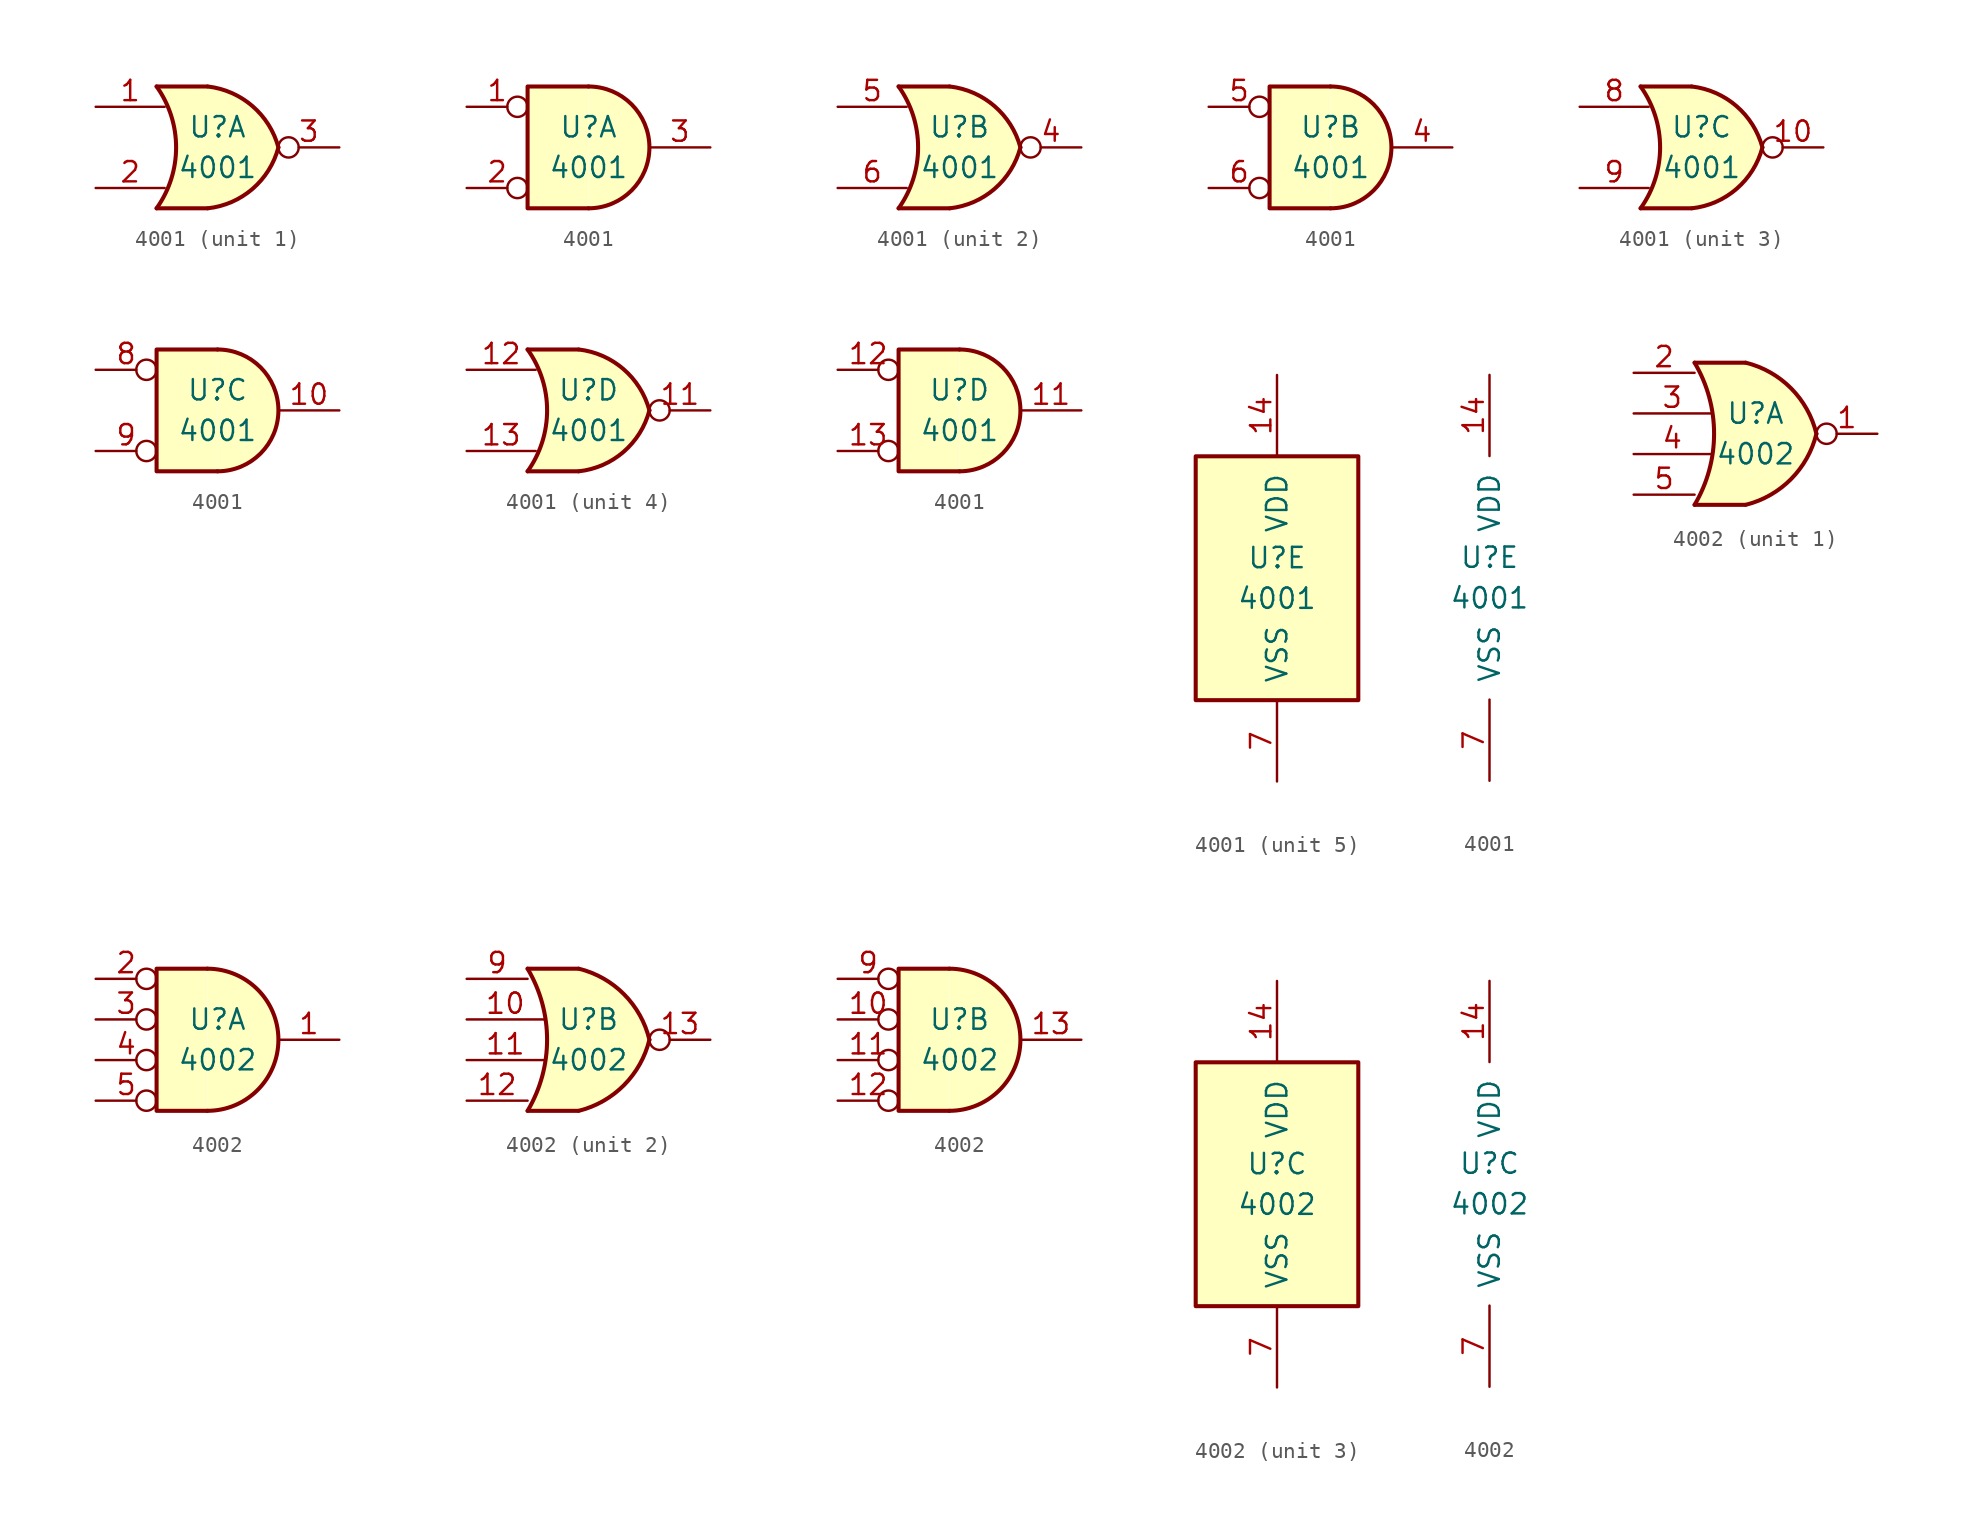
<source format=kicad_sym>
(kicad_symbol_lib
  (version 20201005)
  (generator kicad_symbol_editor)
  (symbol "4001"
    (pin_names
      (offset 1.016))
    (property "Reference" "U"
      (at 0 1.27 0)
      (effects (font (size 1.27 1.27))))
    (property "Value" "4001"
      (at 0 -1.27 0)
      (effects (font (size 1.27 1.27))))
    (property "ki_locked" ""
      (at 0 0 0)
      (effects (font (size 1.27 1.27))))
    (symbol "4001_1_1"
      (arc (start -3.81 3.81) (end -3.81 -3.81) (radius (at -9.144 0) (length 6.5532) (angles 35.4 -35.4)) (stroke (width 0.254)) (fill (type none)))
      (arc (start 3.81 0) (end -0.6096 3.81) (radius (at -1.1938 -1.3208) (length 5.1816) (angles 15 83.7)) (stroke (width 0.254)) (fill (type background)))
      (arc (start 3.81 0) (end -0.6096 -3.81) (radius (at -1.1938 1.3208) (length 5.1816) (angles -15 -83.7)) (stroke (width 0.254)) (fill (type background)))
      (polyline (pts (xy -3.81 -3.81) (xy -0.635 -3.81)) (stroke (width 0.254)) (fill (type background)))
      (polyline (pts (xy -3.81 3.81) (xy -0.635 3.81)) (stroke (width 0.254)) (fill (type background)))
      (polyline (pts (xy -0.635 3.81) (xy -3.81 3.81) (xy -3.81 3.81) (xy -3.556 3.404) (xy -3.023 2.261) (xy -2.692 1.041) (xy -2.616 -0.254) (xy -2.769 -1.499) (xy -3.175 -2.718) (xy -3.81 -3.81) (xy -3.81 -3.81) (xy -0.635 -3.81)) (stroke (width -25.4)) (fill (type background)))
      (pin input line (at -7.62 2.54 0) (length 4.318) (name "~" (effects (font (size 1.27 1.27)))) (number "1" (effects (font (size 1.27 1.27)))))
      (pin input line (at -7.62 -2.54 0) (length 4.318) (name "~" (effects (font (size 1.27 1.27)))) (number "2" (effects (font (size 1.27 1.27)))))
      (pin output inverted (at 7.62 0 180) (length 3.81) (name "~" (effects (font (size 1.27 1.27)))) (number "3" (effects (font (size 1.27 1.27))))))
    (symbol "4001_1_2"
      (arc (start 0 -3.81) (end 0 3.81) (radius (at 0 0) (length 3.81) (angles -89.9 89.9)) (stroke (width 0.254)) (fill (type background)))
      (polyline (pts (xy 0 3.81) (xy -3.81 3.81) (xy -3.81 -3.81) (xy 0 -3.81)) (stroke (width 0.254)) (fill (type background)))
      (pin input inverted (at -7.62 2.54 0) (length 3.81) (name "~" (effects (font (size 1.27 1.27)))) (number "1" (effects (font (size 1.27 1.27)))))
      (pin input inverted (at -7.62 -2.54 0) (length 3.81) (name "~" (effects (font (size 1.27 1.27)))) (number "2" (effects (font (size 1.27 1.27)))))
      (pin output line (at 7.62 0 180) (length 3.81) (name "~" (effects (font (size 1.27 1.27)))) (number "3" (effects (font (size 1.27 1.27))))))
    (symbol "4001_2_1"
      (arc (start -3.81 3.81) (end -3.81 -3.81) (radius (at -9.144 0) (length 6.5532) (angles 35.4 -35.4)) (stroke (width 0.254)) (fill (type none)))
      (arc (start 3.81 0) (end -0.6096 3.81) (radius (at -1.1938 -1.3208) (length 5.1816) (angles 15 83.7)) (stroke (width 0.254)) (fill (type background)))
      (arc (start 3.81 0) (end -0.6096 -3.81) (radius (at -1.1938 1.3208) (length 5.1816) (angles -15 -83.7)) (stroke (width 0.254)) (fill (type background)))
      (polyline (pts (xy -3.81 -3.81) (xy -0.635 -3.81)) (stroke (width 0.254)) (fill (type background)))
      (polyline (pts (xy -3.81 3.81) (xy -0.635 3.81)) (stroke (width 0.254)) (fill (type background)))
      (polyline (pts (xy -0.635 3.81) (xy -3.81 3.81) (xy -3.81 3.81) (xy -3.556 3.404) (xy -3.023 2.261) (xy -2.692 1.041) (xy -2.616 -0.254) (xy -2.769 -1.499) (xy -3.175 -2.718) (xy -3.81 -3.81) (xy -3.81 -3.81) (xy -0.635 -3.81)) (stroke (width -25.4)) (fill (type background)))
      (pin output inverted (at 7.62 0 180) (length 3.81) (name "~" (effects (font (size 1.27 1.27)))) (number "4" (effects (font (size 1.27 1.27)))))
      (pin input line (at -7.62 2.54 0) (length 4.318) (name "~" (effects (font (size 1.27 1.27)))) (number "5" (effects (font (size 1.27 1.27)))))
      (pin input line (at -7.62 -2.54 0) (length 4.318) (name "~" (effects (font (size 1.27 1.27)))) (number "6" (effects (font (size 1.27 1.27))))))
    (symbol "4001_2_2"
      (arc (start 0 -3.81) (end 0 3.81) (radius (at 0 0) (length 3.81) (angles -89.9 89.9)) (stroke (width 0.254)) (fill (type background)))
      (polyline (pts (xy 0 3.81) (xy -3.81 3.81) (xy -3.81 -3.81) (xy 0 -3.81)) (stroke (width 0.254)) (fill (type background)))
      (pin output line (at 7.62 0 180) (length 3.81) (name "~" (effects (font (size 1.27 1.27)))) (number "4" (effects (font (size 1.27 1.27)))))
      (pin input inverted (at -7.62 2.54 0) (length 3.81) (name "~" (effects (font (size 1.27 1.27)))) (number "5" (effects (font (size 1.27 1.27)))))
      (pin input inverted (at -7.62 -2.54 0) (length 3.81) (name "~" (effects (font (size 1.27 1.27)))) (number "6" (effects (font (size 1.27 1.27))))))
    (symbol "4001_3_1"
      (arc (start -3.81 3.81) (end -3.81 -3.81) (radius (at -9.144 0) (length 6.5532) (angles 35.4 -35.4)) (stroke (width 0.254)) (fill (type none)))
      (arc (start 3.81 0) (end -0.6096 3.81) (radius (at -1.1938 -1.3208) (length 5.1816) (angles 15 83.7)) (stroke (width 0.254)) (fill (type background)))
      (arc (start 3.81 0) (end -0.6096 -3.81) (radius (at -1.1938 1.3208) (length 5.1816) (angles -15 -83.7)) (stroke (width 0.254)) (fill (type background)))
      (polyline (pts (xy -3.81 -3.81) (xy -0.635 -3.81)) (stroke (width 0.254)) (fill (type background)))
      (polyline (pts (xy -3.81 3.81) (xy -0.635 3.81)) (stroke (width 0.254)) (fill (type background)))
      (polyline (pts (xy -0.635 3.81) (xy -3.81 3.81) (xy -3.81 3.81) (xy -3.556 3.404) (xy -3.023 2.261) (xy -2.692 1.041) (xy -2.616 -0.254) (xy -2.769 -1.499) (xy -3.175 -2.718) (xy -3.81 -3.81) (xy -3.81 -3.81) (xy -0.635 -3.81)) (stroke (width -25.4)) (fill (type background)))
      (pin output inverted (at 7.62 0 180) (length 3.81) (name "~" (effects (font (size 1.27 1.27)))) (number "10" (effects (font (size 1.27 1.27)))))
      (pin input line (at -7.62 2.54 0) (length 4.318) (name "~" (effects (font (size 1.27 1.27)))) (number "8" (effects (font (size 1.27 1.27)))))
      (pin input line (at -7.62 -2.54 0) (length 4.318) (name "~" (effects (font (size 1.27 1.27)))) (number "9" (effects (font (size 1.27 1.27))))))
    (symbol "4001_3_2"
      (arc (start 0 -3.81) (end 0 3.81) (radius (at 0 0) (length 3.81) (angles -89.9 89.9)) (stroke (width 0.254)) (fill (type background)))
      (polyline (pts (xy 0 3.81) (xy -3.81 3.81) (xy -3.81 -3.81) (xy 0 -3.81)) (stroke (width 0.254)) (fill (type background)))
      (pin output line (at 7.62 0 180) (length 3.81) (name "~" (effects (font (size 1.27 1.27)))) (number "10" (effects (font (size 1.27 1.27)))))
      (pin input inverted (at -7.62 2.54 0) (length 3.81) (name "~" (effects (font (size 1.27 1.27)))) (number "8" (effects (font (size 1.27 1.27)))))
      (pin input inverted (at -7.62 -2.54 0) (length 3.81) (name "~" (effects (font (size 1.27 1.27)))) (number "9" (effects (font (size 1.27 1.27))))))
    (symbol "4001_4_1"
      (arc (start -3.81 3.81) (end -3.81 -3.81) (radius (at -9.144 0) (length 6.5532) (angles 35.4 -35.4)) (stroke (width 0.254)) (fill (type none)))
      (arc (start 3.81 0) (end -0.6096 3.81) (radius (at -1.1938 -1.3208) (length 5.1816) (angles 15 83.7)) (stroke (width 0.254)) (fill (type background)))
      (arc (start 3.81 0) (end -0.6096 -3.81) (radius (at -1.1938 1.3208) (length 5.1816) (angles -15 -83.7)) (stroke (width 0.254)) (fill (type background)))
      (polyline (pts (xy -3.81 -3.81) (xy -0.635 -3.81)) (stroke (width 0.254)) (fill (type background)))
      (polyline (pts (xy -3.81 3.81) (xy -0.635 3.81)) (stroke (width 0.254)) (fill (type background)))
      (polyline (pts (xy -0.635 3.81) (xy -3.81 3.81) (xy -3.81 3.81) (xy -3.556 3.404) (xy -3.023 2.261) (xy -2.692 1.041) (xy -2.616 -0.254) (xy -2.769 -1.499) (xy -3.175 -2.718) (xy -3.81 -3.81) (xy -3.81 -3.81) (xy -0.635 -3.81)) (stroke (width -25.4)) (fill (type background)))
      (pin output inverted (at 7.62 0 180) (length 3.81) (name "~" (effects (font (size 1.27 1.27)))) (number "11" (effects (font (size 1.27 1.27)))))
      (pin input line (at -7.62 2.54 0) (length 4.318) (name "~" (effects (font (size 1.27 1.27)))) (number "12" (effects (font (size 1.27 1.27)))))
      (pin input line (at -7.62 -2.54 0) (length 4.318) (name "~" (effects (font (size 1.27 1.27)))) (number "13" (effects (font (size 1.27 1.27))))))
    (symbol "4001_4_2"
      (arc (start 0 -3.81) (end 0 3.81) (radius (at 0 0) (length 3.81) (angles -89.9 89.9)) (stroke (width 0.254)) (fill (type background)))
      (polyline (pts (xy 0 3.81) (xy -3.81 3.81) (xy -3.81 -3.81) (xy 0 -3.81)) (stroke (width 0.254)) (fill (type background)))
      (pin output line (at 7.62 0 180) (length 3.81) (name "~" (effects (font (size 1.27 1.27)))) (number "11" (effects (font (size 1.27 1.27)))))
      (pin input inverted (at -7.62 2.54 0) (length 3.81) (name "~" (effects (font (size 1.27 1.27)))) (number "12" (effects (font (size 1.27 1.27)))))
      (pin input inverted (at -7.62 -2.54 0) (length 3.81) (name "~" (effects (font (size 1.27 1.27)))) (number "13" (effects (font (size 1.27 1.27))))))
    (symbol "4001_5_0"
      (pin power_in line (at 0 12.7 270) (length 5.08) (name "VDD" (effects (font (size 1.27 1.27)))) (number "14" (effects (font (size 1.27 1.27)))))
      (pin power_in line (at 0 -12.7 90) (length 5.08) (name "VSS" (effects (font (size 1.27 1.27)))) (number "7" (effects (font (size 1.27 1.27))))))
    (symbol "4001_5_1"
      (rectangle (start -5.08 7.62) (end 5.08 -7.62) (stroke (width 0.254)) (fill (type background)))))
  (symbol "4002"
    (pin_names
      (offset 1.016))
    (property "Reference" "U"
      (at 0 1.27 0)
      (effects (font (size 1.27 1.27))))
    (property "Value" "4002"
      (at 0 -1.27 0)
      (effects (font (size 1.27 1.27))))
    (property "ki_locked" ""
      (at 0 0 0)
      (effects (font (size 1.27 1.27))))
    (symbol "4002_1_1"
      (arc (start -3.81 4.445) (end -3.81 -4.445) (radius (at -11.303 0) (length 8.7122) (angles 30.6 -30.6)) (stroke (width 0.254)) (fill (type none)))
      (arc (start 3.81 0) (end -0.6096 4.445) (radius (at -2.0574 -1.4224) (length 6.0452) (angles 13.7 76.8)) (stroke (width 0.254)) (fill (type background)))
      (arc (start 3.81 0) (end -0.6096 -4.445) (radius (at -2.0574 1.4224) (length 6.0452) (angles -13.7 -76.8)) (stroke (width 0.254)) (fill (type background)))
      (polyline (pts (xy -3.81 -4.445) (xy -0.635 -4.445)) (stroke (width 0.254)) (fill (type background)))
      (polyline (pts (xy -3.81 4.445) (xy -0.635 4.445)) (stroke (width 0.254)) (fill (type background)))
      (polyline (pts (xy -0.635 4.445) (xy -3.81 4.445) (xy -3.81 4.445) (xy -3.632 4.089) (xy -3.099 2.921) (xy -2.769 1.676) (xy -2.616 0.432) (xy -2.642 -0.864) (xy -2.87 -2.108) (xy -3.251 -3.327) (xy -3.81 -4.445) (xy -3.81 -4.445) (xy -0.635 -4.445)) (stroke (width -25.4)) (fill (type background)))
      (pin output inverted (at 7.62 0 180) (length 3.81) (name "~" (effects (font (size 1.27 1.27)))) (number "1" (effects (font (size 1.27 1.27)))))
      (pin input line (at -7.62 3.81 0) (length 3.81) (name "~" (effects (font (size 1.27 1.27)))) (number "2" (effects (font (size 1.27 1.27)))))
      (pin input line (at -7.62 1.27 0) (length 4.826) (name "~" (effects (font (size 1.27 1.27)))) (number "3" (effects (font (size 1.27 1.27)))))
      (pin input line (at -7.62 -1.27 0) (length 4.826) (name "~" (effects (font (size 1.27 1.27)))) (number "4" (effects (font (size 1.27 1.27)))))
      (pin input line (at -7.62 -3.81 0) (length 3.81) (name "~" (effects (font (size 1.27 1.27)))) (number "5" (effects (font (size 1.27 1.27))))))
    (symbol "4002_1_2"
      (arc (start -0.635 -4.445) (end -0.635 4.445) (radius (at -0.635 0) (length 4.445) (angles -89.9 89.9)) (stroke (width 0.254)) (fill (type background)))
      (polyline (pts (xy -0.635 4.445) (xy -3.81 4.445) (xy -3.81 -4.445) (xy -0.635 -4.445)) (stroke (width 0.254)) (fill (type background)))
      (pin output line (at 7.62 0 180) (length 3.81) (name "~" (effects (font (size 1.27 1.27)))) (number "1" (effects (font (size 1.27 1.27)))))
      (pin input inverted (at -7.62 3.81 0) (length 3.81) (name "~" (effects (font (size 1.27 1.27)))) (number "2" (effects (font (size 1.27 1.27)))))
      (pin input inverted (at -7.62 1.27 0) (length 3.81) (name "~" (effects (font (size 1.27 1.27)))) (number "3" (effects (font (size 1.27 1.27)))))
      (pin input inverted (at -7.62 -1.27 0) (length 3.81) (name "~" (effects (font (size 1.27 1.27)))) (number "4" (effects (font (size 1.27 1.27)))))
      (pin input inverted (at -7.62 -3.81 0) (length 3.81) (name "~" (effects (font (size 1.27 1.27)))) (number "5" (effects (font (size 1.27 1.27))))))
    (symbol "4002_2_1"
      (arc (start -3.81 4.445) (end -3.81 -4.445) (radius (at -11.303 0) (length 8.7122) (angles 30.6 -30.6)) (stroke (width 0.254)) (fill (type none)))
      (arc (start 3.81 0) (end -0.6096 4.445) (radius (at -2.0574 -1.4224) (length 6.0452) (angles 13.7 76.8)) (stroke (width 0.254)) (fill (type background)))
      (arc (start 3.81 0) (end -0.6096 -4.445) (radius (at -2.0574 1.4224) (length 6.0452) (angles -13.7 -76.8)) (stroke (width 0.254)) (fill (type background)))
      (polyline (pts (xy -3.81 -4.445) (xy -0.635 -4.445)) (stroke (width 0.254)) (fill (type background)))
      (polyline (pts (xy -3.81 4.445) (xy -0.635 4.445)) (stroke (width 0.254)) (fill (type background)))
      (polyline (pts (xy -0.635 4.445) (xy -3.81 4.445) (xy -3.81 4.445) (xy -3.632 4.089) (xy -3.099 2.921) (xy -2.769 1.676) (xy -2.616 0.432) (xy -2.642 -0.864) (xy -2.87 -2.108) (xy -3.251 -3.327) (xy -3.81 -4.445) (xy -3.81 -4.445) (xy -0.635 -4.445)) (stroke (width -25.4)) (fill (type background)))
      (pin input line (at -7.62 1.27 0) (length 4.826) (name "~" (effects (font (size 1.27 1.27)))) (number "10" (effects (font (size 1.27 1.27)))))
      (pin input line (at -7.62 -1.27 0) (length 4.826) (name "~" (effects (font (size 1.27 1.27)))) (number "11" (effects (font (size 1.27 1.27)))))
      (pin input line (at -7.62 -3.81 0) (length 3.81) (name "~" (effects (font (size 1.27 1.27)))) (number "12" (effects (font (size 1.27 1.27)))))
      (pin output inverted (at 7.62 0 180) (length 3.81) (name "~" (effects (font (size 1.27 1.27)))) (number "13" (effects (font (size 1.27 1.27)))))
      (pin input line (at -7.62 3.81 0) (length 3.81) (name "~" (effects (font (size 1.27 1.27)))) (number "9" (effects (font (size 1.27 1.27))))))
    (symbol "4002_2_2"
      (arc (start -0.635 -4.445) (end -0.635 4.445) (radius (at -0.635 0) (length 4.445) (angles -89.9 89.9)) (stroke (width 0.254)) (fill (type background)))
      (polyline (pts (xy -0.635 4.445) (xy -3.81 4.445) (xy -3.81 -4.445) (xy -0.635 -4.445)) (stroke (width 0.254)) (fill (type background)))
      (pin input inverted (at -7.62 1.27 0) (length 3.81) (name "~" (effects (font (size 1.27 1.27)))) (number "10" (effects (font (size 1.27 1.27)))))
      (pin input inverted (at -7.62 -1.27 0) (length 3.81) (name "~" (effects (font (size 1.27 1.27)))) (number "11" (effects (font (size 1.27 1.27)))))
      (pin input inverted (at -7.62 -3.81 0) (length 3.81) (name "~" (effects (font (size 1.27 1.27)))) (number "12" (effects (font (size 1.27 1.27)))))
      (pin output line (at 7.62 0 180) (length 3.81) (name "~" (effects (font (size 1.27 1.27)))) (number "13" (effects (font (size 1.27 1.27)))))
      (pin input inverted (at -7.62 3.81 0) (length 3.81) (name "~" (effects (font (size 1.27 1.27)))) (number "9" (effects (font (size 1.27 1.27))))))
    (symbol "4002_3_0"
      (pin power_in line (at 0 12.7 270) (length 5.08) (name "VDD" (effects (font (size 1.27 1.27)))) (number "14" (effects (font (size 1.27 1.27)))))
      (pin power_in line (at 0 -12.7 90) (length 5.08) (name "VSS" (effects (font (size 1.27 1.27)))) (number "7" (effects (font (size 1.27 1.27))))))
    (symbol "4002_3_1"
      (rectangle (start -5.08 7.62) (end 5.08 -7.62) (stroke (width 0.254)) (fill (type background))))))
</source>
